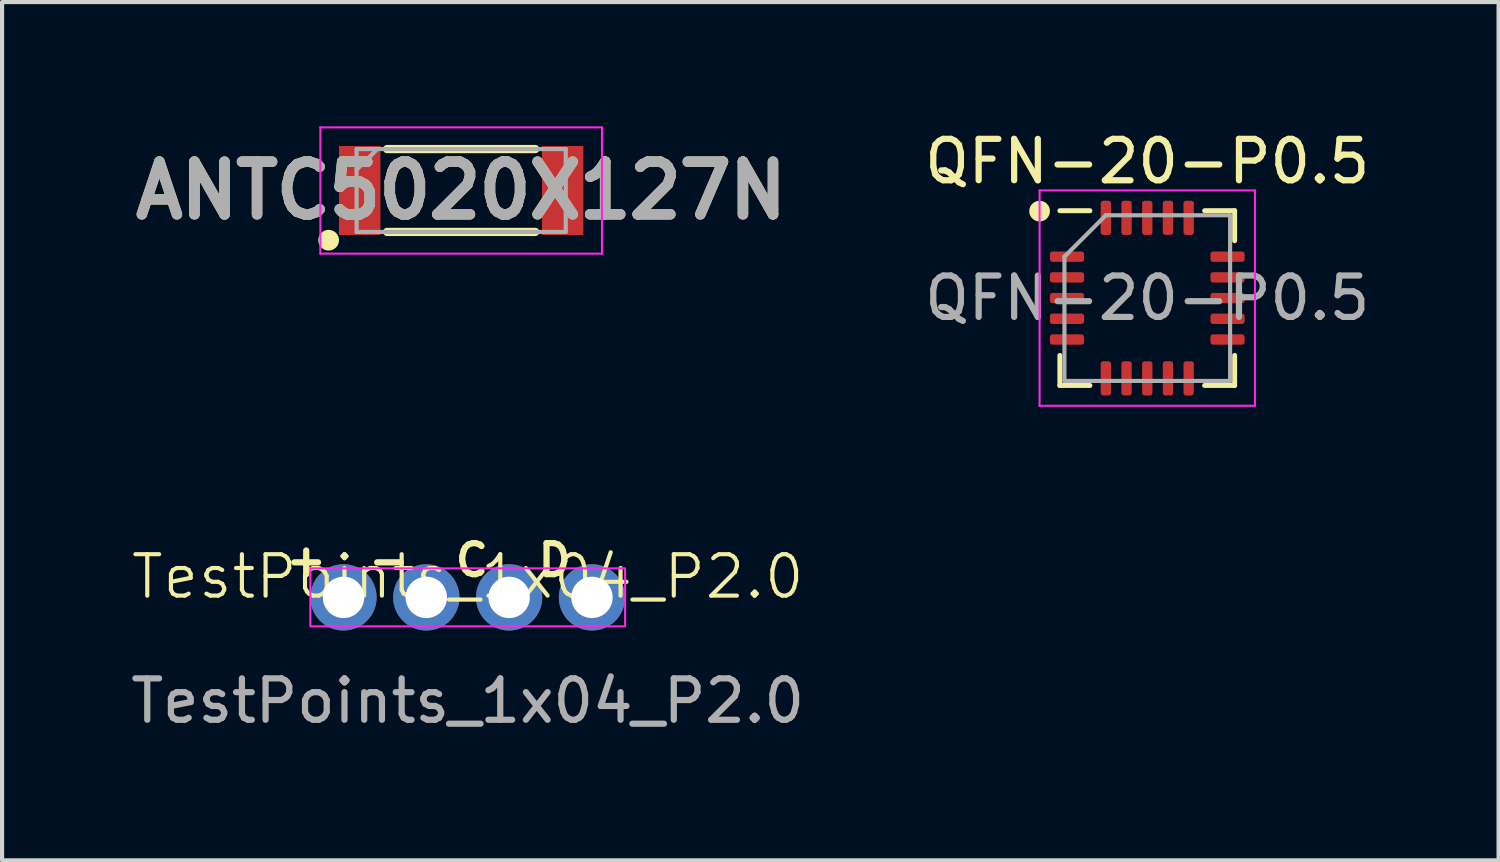
<source format=kicad_pcb>
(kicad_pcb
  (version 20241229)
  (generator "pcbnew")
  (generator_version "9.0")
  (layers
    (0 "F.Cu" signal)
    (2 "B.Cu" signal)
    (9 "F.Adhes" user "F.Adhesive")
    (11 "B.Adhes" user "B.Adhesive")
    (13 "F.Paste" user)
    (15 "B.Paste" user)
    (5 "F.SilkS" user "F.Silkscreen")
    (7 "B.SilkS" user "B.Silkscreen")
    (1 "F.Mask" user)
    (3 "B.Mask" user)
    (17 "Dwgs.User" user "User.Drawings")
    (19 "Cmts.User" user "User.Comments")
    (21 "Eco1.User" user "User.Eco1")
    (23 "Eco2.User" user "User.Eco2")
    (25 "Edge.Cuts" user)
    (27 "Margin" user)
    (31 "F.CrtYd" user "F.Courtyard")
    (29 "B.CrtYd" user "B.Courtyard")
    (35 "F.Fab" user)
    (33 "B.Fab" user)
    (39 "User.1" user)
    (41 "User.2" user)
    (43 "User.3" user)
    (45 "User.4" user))
  (footprint "ANTC5020X127N"
    (layer "F.Cu")
    (at 8.086 1.55)
    (property "Reference" "ANTC5020X127N" (at 0 0 0) (layer "F.SilkS") (effects (font (size 1.27 1.27) (thickness 0.254))))
    (attr smd)
    (fp_line (start 1.788 -1) (end -1.788 -1) (stroke (width 0.2) (type solid)) (layer "F.SilkS"))
    (fp_line (start 1.788 1) (end -1.788 1) (stroke (width 0.2) (type solid)) (layer "F.SilkS"))
    (fp_circle (center -3.2 1.2) (end -3 1.2) (stroke (width 0.1) (type solid)) (fill yes) (layer "F.SilkS"))
    (fp_line (start -3.4 -1.525) (end 3.4 -1.525) (stroke (width 0.05) (type solid)) (layer "F.CrtYd"))
    (fp_line (start -3.4 1.525) (end -3.4 -1.525) (stroke (width 0.05) (type solid)) (layer "F.CrtYd"))
    (fp_line (start 3.4 -1.525) (end 3.4 1.525) (stroke (width 0.05) (type solid)) (layer "F.CrtYd"))
    (fp_line (start 3.4 1.525) (end -3.4 1.525) (stroke (width 0.05) (type solid)) (layer "F.CrtYd"))
    (fp_line (start -2.525 -1) (end 2.525 -1) (stroke (width 0.1) (type solid)) (layer "F.Fab"))
    (fp_line (start -2.525 -0.5) (end -2.025 -1) (stroke (width 0.1) (type solid)) (layer "F.Fab"))
    (fp_line (start -2.525 1) (end -2.525 -1) (stroke (width 0.1) (type solid)) (layer "F.Fab"))
    (fp_line (start 2.525 -1) (end 2.525 1) (stroke (width 0.1) (type solid)) (layer "F.Fab"))
    (fp_line (start 2.525 1) (end -2.525 1) (stroke (width 0.1) (type solid)) (layer "F.Fab"))
    (fp_text user "${REFERENCE}" (at 0 0 0) (layer "F.Fab") (effects (font (size 1.27 1.27) (thickness 0.254))))
    (pad "1" smd rect (at -2.45 0) (size 1 2.15) (layers "F.Cu" "F.Mask" "F.Paste"))
    (pad "2" smd rect (at 2.45 0) (size 1 2.15) (layers "F.Cu" "F.Mask" "F.Paste")))
  (footprint "QFN-20-P0.5"
    (layer "F.Cu")
    (at 24.653 4.148)
    (property "Reference" "QFN-20-P0.5" (at 0 -3.3 0) (layer "F.SilkS") (effects (font (size 1 1) (thickness 0.15))))
    (attr smd)
    (fp_line (start -2.11 2.11) (end -2.11 1.385) (stroke (width 0.12) (type solid)) (layer "F.SilkS"))
    (fp_line (start -1.385 -2.11) (end -2.11 -2.11) (stroke (width 0.12) (type solid)) (layer "F.SilkS"))
    (fp_line (start -1.385 2.11) (end -2.11 2.11) (stroke (width 0.12) (type solid)) (layer "F.SilkS"))
    (fp_line (start 1.385 -2.11) (end 2.11 -2.11) (stroke (width 0.12) (type solid)) (layer "F.SilkS"))
    (fp_line (start 1.385 2.11) (end 2.11 2.11) (stroke (width 0.12) (type solid)) (layer "F.SilkS"))
    (fp_line (start 2.11 -2.11) (end 2.11 -1.385) (stroke (width 0.12) (type solid)) (layer "F.SilkS"))
    (fp_line (start 2.11 2.11) (end 2.11 1.385) (stroke (width 0.12) (type solid)) (layer "F.SilkS"))
    (fp_circle (center -2.6 -2.1) (end -2.4 -2.1) (stroke (width 0.1) (type solid)) (fill yes) (layer "F.SilkS"))
    (fp_line (start -2.6 -2.6) (end -2.6 2.6) (stroke (width 0.05) (type solid)) (layer "F.CrtYd"))
    (fp_line (start -2.6 2.6) (end 2.6 2.6) (stroke (width 0.05) (type solid)) (layer "F.CrtYd"))
    (fp_line (start 2.6 -2.6) (end -2.6 -2.6) (stroke (width 0.05) (type solid)) (layer "F.CrtYd"))
    (fp_line (start 2.6 2.6) (end 2.6 -2.6) (stroke (width 0.05) (type solid)) (layer "F.CrtYd"))
    (fp_line (start -2 -1) (end -1 -2) (stroke (width 0.1) (type solid)) (layer "F.Fab"))
    (fp_line (start -2 2) (end -2 -1) (stroke (width 0.1) (type solid)) (layer "F.Fab"))
    (fp_line (start -1 -2) (end 2 -2) (stroke (width 0.1) (type solid)) (layer "F.Fab"))
    (fp_line (start 2 -2) (end 2 2) (stroke (width 0.1) (type solid)) (layer "F.Fab"))
    (fp_line (start 2 2) (end -2 2) (stroke (width 0.1) (type solid)) (layer "F.Fab"))
    (fp_text user "${REFERENCE}" (at 0 0 0) (layer "F.Fab") (effects (font (size 1 1) (thickness 0.15))))
    (pad "1" smd roundrect (at -1.938 -1) (size 0.825 0.25) (layers "F.Cu" "F.Mask" "F.Paste") (roundrect_rratio 0.25))
    (pad "2" smd roundrect (at -1.938 -0.5) (size 0.825 0.25) (layers "F.Cu" "F.Mask" "F.Paste") (roundrect_rratio 0.25))
    (pad "3" smd roundrect (at -1.938 0) (size 0.825 0.25) (layers "F.Cu" "F.Mask" "F.Paste") (roundrect_rratio 0.25))
    (pad "4" smd roundrect (at -1.938 0.5) (size 0.825 0.25) (layers "F.Cu" "F.Mask" "F.Paste") (roundrect_rratio 0.25))
    (pad "5" smd roundrect (at -1.938 1) (size 0.825 0.25) (layers "F.Cu" "F.Mask" "F.Paste") (roundrect_rratio 0.25))
    (pad "6" smd roundrect (at -1 1.938) (size 0.25 0.825) (layers "F.Cu" "F.Mask" "F.Paste") (roundrect_rratio 0.25))
    (pad "7" smd roundrect (at -0.5 1.938) (size 0.25 0.825) (layers "F.Cu" "F.Mask" "F.Paste") (roundrect_rratio 0.25))
    (pad "8" smd roundrect (at 0 1.938) (size 0.25 0.825) (layers "F.Cu" "F.Mask" "F.Paste") (roundrect_rratio 0.25))
    (pad "9" smd roundrect (at 0.5 1.938) (size 0.25 0.825) (layers "F.Cu" "F.Mask" "F.Paste") (roundrect_rratio 0.25))
    (pad "10" smd roundrect (at 1 1.938) (size 0.25 0.825) (layers "F.Cu" "F.Mask" "F.Paste") (roundrect_rratio 0.25))
    (pad "11" smd roundrect (at 1.938 1) (size 0.825 0.25) (layers "F.Cu" "F.Mask" "F.Paste") (roundrect_rratio 0.25))
    (pad "12" smd roundrect (at 1.938 0.5) (size 0.825 0.25) (layers "F.Cu" "F.Mask" "F.Paste") (roundrect_rratio 0.25))
    (pad "13" smd roundrect (at 1.938 0) (size 0.825 0.25) (layers "F.Cu" "F.Mask" "F.Paste") (roundrect_rratio 0.25))
    (pad "14" smd roundrect (at 1.938 -0.5) (size 0.825 0.25) (layers "F.Cu" "F.Mask" "F.Paste") (roundrect_rratio 0.25))
    (pad "15" smd roundrect (at 1.938 -1) (size 0.825 0.25) (layers "F.Cu" "F.Mask" "F.Paste") (roundrect_rratio 0.25))
    (pad "16" smd roundrect (at 1 -1.938) (size 0.25 0.825) (layers "F.Cu" "F.Mask" "F.Paste") (roundrect_rratio 0.25))
    (pad "17" smd roundrect (at 0.5 -1.938) (size 0.25 0.825) (layers "F.Cu" "F.Mask" "F.Paste") (roundrect_rratio 0.25))
    (pad "18" smd roundrect (at 0 -1.938) (size 0.25 0.825) (layers "F.Cu" "F.Mask" "F.Paste") (roundrect_rratio 0.25))
    (pad "19" smd roundrect (at -0.5 -1.938) (size 0.25 0.825) (layers "F.Cu" "F.Mask" "F.Paste") (roundrect_rratio 0.25))
    (pad "20" smd roundrect (at -1 -1.938) (size 0.25 0.825) (layers "F.Cu" "F.Mask" "F.Paste") (roundrect_rratio 0.25)))
  (footprint "TestPoints_1x04_P2.0"
    (layer "F.Cu")
    (at 8.244 11.375)
    (property "Reference" "TestPoints_1x04_P2.0" (at 0 -0.5 0) (unlocked yes) (layer "F.SilkS") (effects (font (size 1 1) (thickness 0.1))))
    (attr smd)
    (fp_rect (start -3.8 -0.7) (end 3.8 0.7) (stroke (width 0.05) (type default)) (fill no) (layer "F.CrtYd"))
    (fp_text user "C" (at 0.1 -0.9 0) (unlocked yes) (layer "F.SilkS") (effects (font (size 0.75 0.75) (thickness 0.15))))
    (fp_text user "-" (at -1.9 -0.9 0) (unlocked yes) (layer "F.SilkS") (effects (font (size 0.75 0.75) (thickness 0.15))))
    (fp_text user "D" (at 2.1 -0.9 0) (unlocked yes) (layer "F.SilkS") (effects (font (size 0.75 0.75) (thickness 0.15))))
    (fp_text user "+" (at -3.9 -0.9 0) (unlocked yes) (layer "F.SilkS") (effects (font (size 0.75 0.75) (thickness 0.15))))
    (fp_text user "${REFERENCE}" (at 0 2.5 0) (unlocked yes) (layer "F.Fab") (effects (font (size 1 1) (thickness 0.15))))
    (pad "1" thru_hole circle (at -3 0) (size 1.6 1.6) (drill 1) (layers "*.Cu" "*.Mask"))
    (pad "2" thru_hole circle (at -1 0) (size 1.6 1.6) (drill 1) (layers "*.Cu" "*.Mask"))
    (pad "3" thru_hole circle (at 1 0) (size 1.6 1.6) (drill 1) (layers "*.Cu" "*.Mask"))
    (pad "4" thru_hole circle (at 3 0) (size 1.6 1.6) (drill 1) (layers "*.Cu" "*.Mask")))
  (gr_rect
    (start -3 -3)
    (end 33.136 17.724)
    (stroke (width 0.1) (type default))
    (fill no)
    (layer "Edge.Cuts")))
</source>
